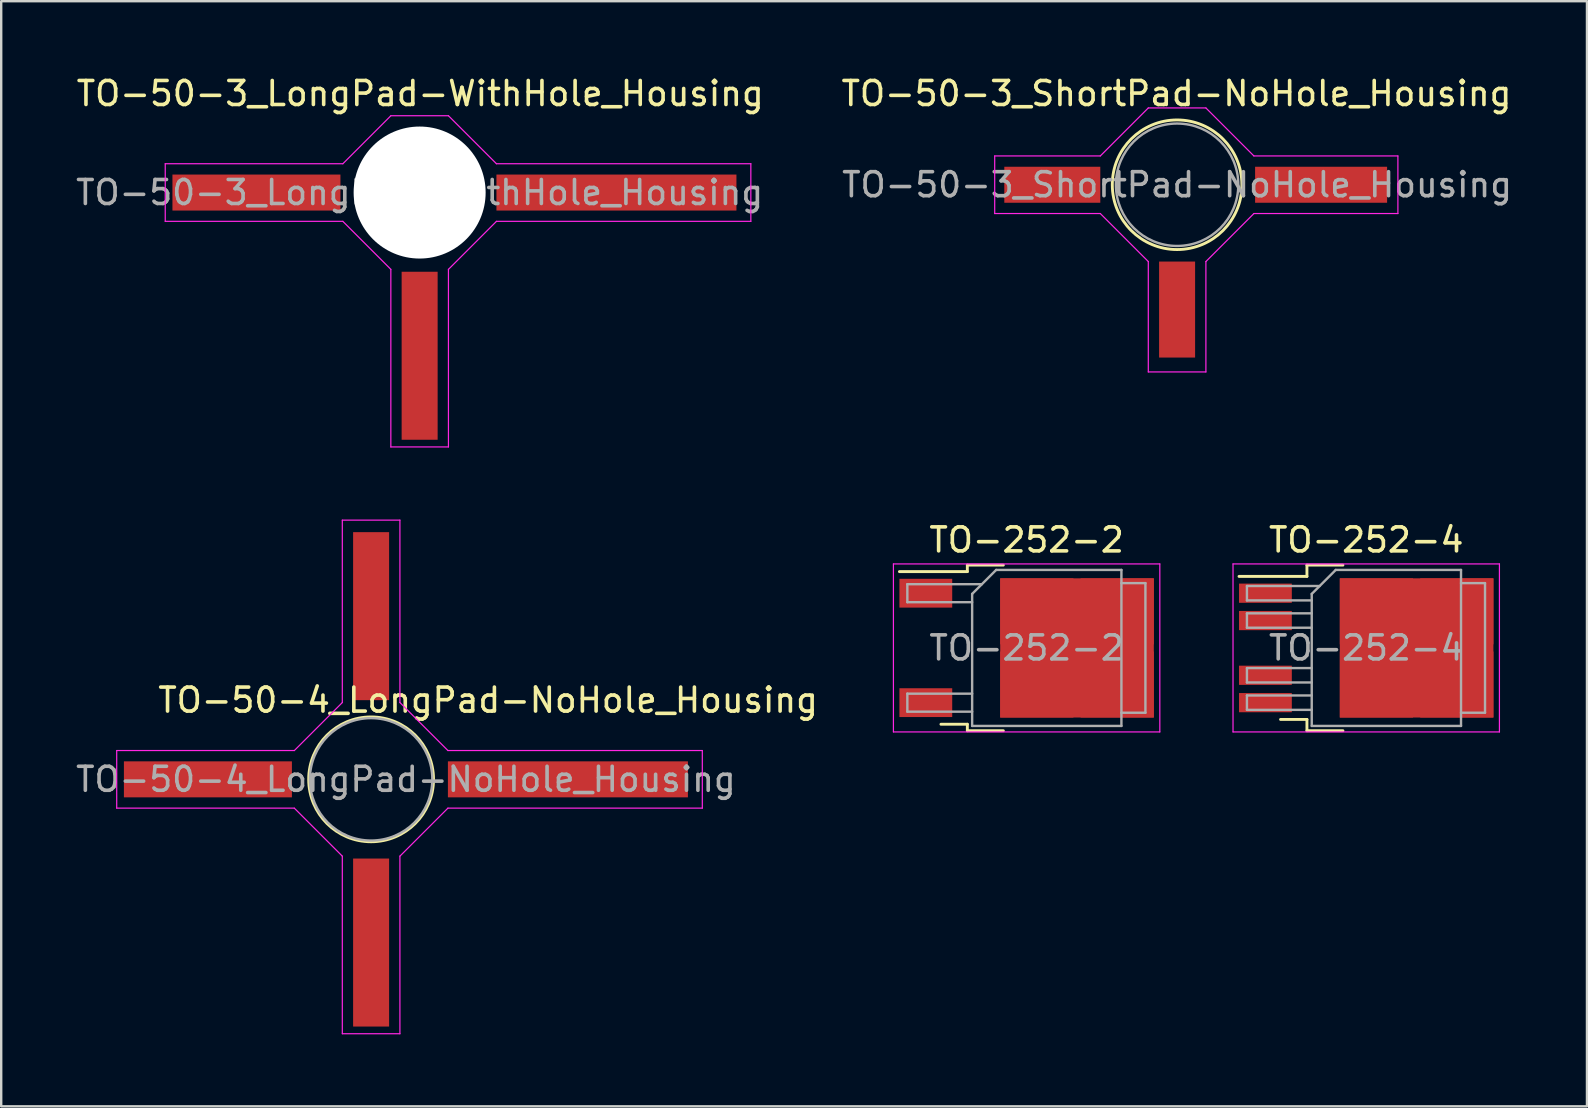
<source format=kicad_pcb>
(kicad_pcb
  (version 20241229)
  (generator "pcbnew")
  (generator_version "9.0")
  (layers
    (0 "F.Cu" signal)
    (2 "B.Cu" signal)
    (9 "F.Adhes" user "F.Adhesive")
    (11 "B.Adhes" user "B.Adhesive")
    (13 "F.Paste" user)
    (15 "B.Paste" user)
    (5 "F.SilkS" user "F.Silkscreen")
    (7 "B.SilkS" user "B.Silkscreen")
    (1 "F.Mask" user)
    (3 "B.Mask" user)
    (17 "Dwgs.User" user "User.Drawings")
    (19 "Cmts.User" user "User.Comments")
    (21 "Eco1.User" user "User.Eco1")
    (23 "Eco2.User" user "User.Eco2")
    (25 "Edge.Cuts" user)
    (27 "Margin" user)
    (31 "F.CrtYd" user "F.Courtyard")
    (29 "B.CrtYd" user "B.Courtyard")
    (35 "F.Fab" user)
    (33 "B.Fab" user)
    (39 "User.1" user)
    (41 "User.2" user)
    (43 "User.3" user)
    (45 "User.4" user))
  (footprint "TO-50-3_ShortPad-NoHole_Housing"
    (layer "F.Cu")
    (at 46.396 7.248)
    (property "Reference" "TO-50-3_ShortPad-NoHole_Housing" (at -0.425 -6.4 0) (layer "F.SilkS") (effects (font (size 1 1) (thickness 0.15))))
    (attr smd)
    (fp_circle (center -0.4 -2.6) (end -0.4 -5.3) (stroke (width 0.12) (type solid)) (fill no) (layer "F.SilkS"))
    (fp_line (start -8 -1.4) (end -8 -3.8) (stroke (width 0.05) (type solid)) (layer "F.CrtYd"))
    (fp_line (start -8 -1.4) (end -3.6 -1.4) (stroke (width 0.05) (type solid)) (layer "F.CrtYd"))
    (fp_line (start -3.6 -3.8) (end -8 -3.8) (stroke (width 0.05) (type solid)) (layer "F.CrtYd"))
    (fp_line (start -3.6 -3.8) (end -1.6 -5.8) (stroke (width 0.05) (type solid)) (layer "F.CrtYd"))
    (fp_line (start -1.6 -5.8) (end 0.8 -5.8) (stroke (width 0.05) (type solid)) (layer "F.CrtYd"))
    (fp_line (start -1.6 0.6) (end -3.6 -1.4) (stroke (width 0.05) (type solid)) (layer "F.CrtYd"))
    (fp_line (start -1.6 5.2) (end -1.6 0.6) (stroke (width 0.05) (type solid)) (layer "F.CrtYd"))
    (fp_line (start 0.8 -5.8) (end 2.8 -3.8) (stroke (width 0.05) (type solid)) (layer "F.CrtYd"))
    (fp_line (start 0.8 0.6) (end 0.8 5.2) (stroke (width 0.05) (type solid)) (layer "F.CrtYd"))
    (fp_line (start 0.8 5.2) (end -1.6 5.2) (stroke (width 0.05) (type solid)) (layer "F.CrtYd"))
    (fp_line (start 2.8 -3.8) (end 8.8 -3.8) (stroke (width 0.05) (type solid)) (layer "F.CrtYd"))
    (fp_line (start 2.8 -1.4) (end 0.8 0.6) (stroke (width 0.05) (type solid)) (layer "F.CrtYd"))
    (fp_line (start 8.8 -3.8) (end 8.8 -1.4) (stroke (width 0.05) (type solid)) (layer "F.CrtYd"))
    (fp_line (start 8.8 -1.4) (end 2.8 -1.4) (stroke (width 0.05) (type solid)) (layer "F.CrtYd"))
    (fp_circle (center -0.4 -2.6) (end -0.35 -5.15) (stroke (width 0.1) (type solid)) (fill no) (layer "F.Fab"))
    (fp_text user "${REFERENCE}" (at -0.4 -2.6 0) (layer "F.Fab") (effects (font (size 1 1) (thickness 0.15))))
    (pad "1" smd rect (at -5.6 -2.6 270) (size 1.5 4) (layers "F.Cu" "F.Mask" "F.Paste"))
    (pad "2" smd rect (at -0.4 2.6 270) (size 4 1.5) (layers "F.Cu" "F.Mask" "F.Paste"))
    (pad "3" smd rect (at 5.6 -2.6 270) (size 1.5 5.5) (layers "F.Cu" "F.Mask" "F.Paste")))
  (footprint "TO-252-2"
    (layer "F.Cu")
    (at 39.726 23.947)
    (property "Reference" "TO-252-2" (at 0 -4.5 0) (layer "F.SilkS") (effects (font (size 1 1) (thickness 0.15))))
    (attr smd)
    (fp_line (start -2.47 -3.45) (end -2.47 -3.18) (stroke (width 0.12) (type solid)) (layer "F.SilkS"))
    (fp_line (start -2.47 -3.18) (end -5.3 -3.18) (stroke (width 0.12) (type solid)) (layer "F.SilkS"))
    (fp_line (start -2.47 3.18) (end -3.57 3.18) (stroke (width 0.12) (type solid)) (layer "F.SilkS"))
    (fp_line (start -2.47 3.45) (end -2.47 3.18) (stroke (width 0.12) (type solid)) (layer "F.SilkS"))
    (fp_line (start -0.97 -3.45) (end -2.47 -3.45) (stroke (width 0.12) (type solid)) (layer "F.SilkS"))
    (fp_line (start -0.97 3.45) (end -2.47 3.45) (stroke (width 0.12) (type solid)) (layer "F.SilkS"))
    (fp_line (start -5.55 -3.5) (end -5.55 3.5) (stroke (width 0.05) (type solid)) (layer "F.CrtYd"))
    (fp_line (start -5.55 3.5) (end 5.55 3.5) (stroke (width 0.05) (type solid)) (layer "F.CrtYd"))
    (fp_line (start 5.55 -3.5) (end -5.55 -3.5) (stroke (width 0.05) (type solid)) (layer "F.CrtYd"))
    (fp_line (start 5.55 3.5) (end 5.55 -3.5) (stroke (width 0.05) (type solid)) (layer "F.CrtYd"))
    (fp_line (start -4.97 -2.655) (end -4.97 -1.905) (stroke (width 0.1) (type solid)) (layer "F.Fab"))
    (fp_line (start -4.97 -1.905) (end -2.27 -1.905) (stroke (width 0.1) (type solid)) (layer "F.Fab"))
    (fp_line (start -4.97 1.905) (end -4.97 2.655) (stroke (width 0.1) (type solid)) (layer "F.Fab"))
    (fp_line (start -4.97 2.655) (end -2.27 2.655) (stroke (width 0.1) (type solid)) (layer "F.Fab"))
    (fp_line (start -2.27 -2.25) (end -1.27 -3.25) (stroke (width 0.1) (type solid)) (layer "F.Fab"))
    (fp_line (start -2.27 1.905) (end -4.97 1.905) (stroke (width 0.1) (type solid)) (layer "F.Fab"))
    (fp_line (start -2.27 3.25) (end -2.27 -2.25) (stroke (width 0.1) (type solid)) (layer "F.Fab"))
    (fp_line (start -1.865 -2.655) (end -4.97 -2.655) (stroke (width 0.1) (type solid)) (layer "F.Fab"))
    (fp_line (start -1.27 -3.25) (end 3.95 -3.25) (stroke (width 0.1) (type solid)) (layer "F.Fab"))
    (fp_line (start 3.95 -3.25) (end 3.95 3.25) (stroke (width 0.1) (type solid)) (layer "F.Fab"))
    (fp_line (start 3.95 -2.7) (end 4.95 -2.7) (stroke (width 0.1) (type solid)) (layer "F.Fab"))
    (fp_line (start 3.95 3.25) (end -2.27 3.25) (stroke (width 0.1) (type solid)) (layer "F.Fab"))
    (fp_line (start 4.95 -2.7) (end 4.95 2.7) (stroke (width 0.1) (type solid)) (layer "F.Fab"))
    (fp_line (start 4.95 2.7) (end 3.95 2.7) (stroke (width 0.1) (type solid)) (layer "F.Fab"))
    (fp_text user "${REFERENCE}" (at 0 0 0) (layer "F.Fab") (effects (font (size 1 1) (thickness 0.15))))
    (pad "1" smd rect (at -4.2 -2.28) (size 2.2 1.2) (layers "F.Cu" "F.Mask" "F.Paste"))
    (pad "2" smd rect (at 0.425 -1.525) (size 3.05 2.75) (layers "F.Cu" "F.Paste"))
    (pad "2" smd rect (at 0.425 1.525) (size 3.05 2.75) (layers "F.Cu" "F.Paste"))
    (pad "2" smd rect (at 2.1 0) (size 6.4 5.8) (layers "F.Cu" "F.Mask"))
    (pad "2" smd rect (at 3.775 -1.525) (size 3.05 2.75) (layers "F.Cu" "F.Paste"))
    (pad "2" smd rect (at 3.775 1.525) (size 3.05 2.75) (layers "F.Cu" "F.Paste"))
    (pad "3" smd rect (at -4.2 2.28) (size 2.2 1.2) (layers "F.Cu" "F.Mask" "F.Paste")))
  (footprint "TO-50-3_LongPad-WithHole_Housing"
    (layer "F.Cu")
    (at 15.135 8.373)
    (property "Reference" "TO-50-3_LongPad-WithHole_Housing" (at -0.675 -7.525 0) (layer "F.SilkS") (effects (font (size 1 1) (thickness 0.15))))
    (attr smd)
    (fp_line (start -11.3 -4.6) (end -3.9 -4.6) (stroke (width 0.05) (type solid)) (layer "F.CrtYd"))
    (fp_line (start -11.3 -2.2) (end -11.3 -4.6) (stroke (width 0.05) (type solid)) (layer "F.CrtYd"))
    (fp_line (start -3.9 -4.6) (end -1.9 -6.6) (stroke (width 0.05) (type solid)) (layer "F.CrtYd"))
    (fp_line (start -3.9 -2.2) (end -11.3 -2.2) (stroke (width 0.05) (type solid)) (layer "F.CrtYd"))
    (fp_line (start -1.9 -6.6) (end 0.5 -6.6) (stroke (width 0.05) (type solid)) (layer "F.CrtYd"))
    (fp_line (start -1.9 -0.2) (end -3.9 -2.2) (stroke (width 0.05) (type solid)) (layer "F.CrtYd"))
    (fp_line (start -1.9 7.2) (end -1.9 -0.2) (stroke (width 0.05) (type solid)) (layer "F.CrtYd"))
    (fp_line (start 0.5 -6.6) (end 2.5 -4.6) (stroke (width 0.05) (type solid)) (layer "F.CrtYd"))
    (fp_line (start 0.5 -0.2) (end 0.5 7.2) (stroke (width 0.05) (type solid)) (layer "F.CrtYd"))
    (fp_line (start 0.5 7.2) (end -1.9 7.2) (stroke (width 0.05) (type solid)) (layer "F.CrtYd"))
    (fp_line (start 2.5 -4.6) (end 13.1 -4.6) (stroke (width 0.05) (type solid)) (layer "F.CrtYd"))
    (fp_line (start 2.5 -2.2) (end 0.5 -0.2) (stroke (width 0.05) (type solid)) (layer "F.CrtYd"))
    (fp_line (start 13.1 -4.6) (end 13.1 -2.2) (stroke (width 0.05) (type solid)) (layer "F.CrtYd"))
    (fp_line (start 13.1 -2.2) (end 2.5 -2.2) (stroke (width 0.05) (type solid)) (layer "F.CrtYd"))
    (fp_circle (center -0.7 -3.4) (end -0.65 -5.95) (stroke (width 0.1) (type solid)) (fill no) (layer "F.Fab"))
    (fp_text user "${REFERENCE}" (at -0.7 -3.4 0) (layer "F.Fab") (effects (font (size 1 1) (thickness 0.15))))
    (pad "" np_thru_hole circle (at -0.7 -3.4 270) (size 5.5 5.5) (drill 5.5) (layers "*.Cu" "*.Mask"))
    (pad "1" smd rect (at -7.5 -3.4 270) (size 1.5 7) (layers "F.Cu" "F.Mask" "F.Paste"))
    (pad "2" smd rect (at -0.7 3.4 270) (size 7 1.5) (layers "F.Cu" "F.Mask" "F.Paste"))
    (pad "3" smd rect (at 7.5 -3.4 270) (size 1.5 10) (layers "F.Cu" "F.Mask" "F.Paste")))
  (footprint "TO-252-4"
    (layer "F.Cu")
    (at 53.876 23.947)
    (property "Reference" "TO-252-4" (at 0 -4.5 0) (layer "F.SilkS") (effects (font (size 1 1) (thickness 0.15))))
    (attr smd)
    (fp_line (start -2.47 -3.45) (end -2.47 -2.98) (stroke (width 0.12) (type solid)) (layer "F.SilkS"))
    (fp_line (start -2.47 -2.98) (end -5.3 -2.98) (stroke (width 0.12) (type solid)) (layer "F.SilkS"))
    (fp_line (start -2.47 2.98) (end -3.57 2.98) (stroke (width 0.12) (type solid)) (layer "F.SilkS"))
    (fp_line (start -2.47 3.45) (end -2.47 2.98) (stroke (width 0.12) (type solid)) (layer "F.SilkS"))
    (fp_line (start -0.97 -3.45) (end -2.47 -3.45) (stroke (width 0.12) (type solid)) (layer "F.SilkS"))
    (fp_line (start -0.97 3.45) (end -2.47 3.45) (stroke (width 0.12) (type solid)) (layer "F.SilkS"))
    (fp_line (start -5.55 -3.5) (end -5.55 3.5) (stroke (width 0.05) (type solid)) (layer "F.CrtYd"))
    (fp_line (start -5.55 3.5) (end 5.55 3.5) (stroke (width 0.05) (type solid)) (layer "F.CrtYd"))
    (fp_line (start 5.55 -3.5) (end -5.55 -3.5) (stroke (width 0.05) (type solid)) (layer "F.CrtYd"))
    (fp_line (start 5.55 3.5) (end 5.55 -3.5) (stroke (width 0.05) (type solid)) (layer "F.CrtYd"))
    (fp_line (start -4.97 -2.58) (end -4.97 -1.98) (stroke (width 0.1) (type solid)) (layer "F.Fab"))
    (fp_line (start -4.97 -1.98) (end -2.27 -1.98) (stroke (width 0.1) (type solid)) (layer "F.Fab"))
    (fp_line (start -4.97 -1.44) (end -4.97 -0.84) (stroke (width 0.1) (type solid)) (layer "F.Fab"))
    (fp_line (start -4.97 -0.84) (end -2.27 -0.84) (stroke (width 0.1) (type solid)) (layer "F.Fab"))
    (fp_line (start -4.97 0.84) (end -4.97 1.44) (stroke (width 0.1) (type solid)) (layer "F.Fab"))
    (fp_line (start -4.97 1.44) (end -2.27 1.44) (stroke (width 0.1) (type solid)) (layer "F.Fab"))
    (fp_line (start -4.97 1.98) (end -4.97 2.58) (stroke (width 0.1) (type solid)) (layer "F.Fab"))
    (fp_line (start -4.97 2.58) (end -2.27 2.58) (stroke (width 0.1) (type solid)) (layer "F.Fab"))
    (fp_line (start -2.27 -2.25) (end -1.27 -3.25) (stroke (width 0.1) (type solid)) (layer "F.Fab"))
    (fp_line (start -2.27 -1.44) (end -4.97 -1.44) (stroke (width 0.1) (type solid)) (layer "F.Fab"))
    (fp_line (start -2.27 0.84) (end -4.97 0.84) (stroke (width 0.1) (type solid)) (layer "F.Fab"))
    (fp_line (start -2.27 1.98) (end -4.97 1.98) (stroke (width 0.1) (type solid)) (layer "F.Fab"))
    (fp_line (start -2.27 3.25) (end -2.27 -2.25) (stroke (width 0.1) (type solid)) (layer "F.Fab"))
    (fp_line (start -1.94 -2.58) (end -4.97 -2.58) (stroke (width 0.1) (type solid)) (layer "F.Fab"))
    (fp_line (start -1.27 -3.25) (end 3.95 -3.25) (stroke (width 0.1) (type solid)) (layer "F.Fab"))
    (fp_line (start 3.95 -3.25) (end 3.95 3.25) (stroke (width 0.1) (type solid)) (layer "F.Fab"))
    (fp_line (start 3.95 -2.7) (end 4.95 -2.7) (stroke (width 0.1) (type solid)) (layer "F.Fab"))
    (fp_line (start 3.95 3.25) (end -2.27 3.25) (stroke (width 0.1) (type solid)) (layer "F.Fab"))
    (fp_line (start 4.95 -2.7) (end 4.95 2.7) (stroke (width 0.1) (type solid)) (layer "F.Fab"))
    (fp_line (start 4.95 2.7) (end 3.95 2.7) (stroke (width 0.1) (type solid)) (layer "F.Fab"))
    (fp_text user "${REFERENCE}" (at 0 0 0) (layer "F.Fab") (effects (font (size 1 1) (thickness 0.15))))
    (pad "1" smd rect (at -4.2 -2.28) (size 2.2 0.8) (layers "F.Cu" "F.Mask" "F.Paste"))
    (pad "2" smd rect (at -4.2 -1.14) (size 2.2 0.8) (layers "F.Cu" "F.Mask" "F.Paste"))
    (pad "3" smd rect (at 0.425 -1.525) (size 3.05 2.75) (layers "F.Cu" "F.Paste"))
    (pad "3" smd rect (at 0.425 1.525) (size 3.05 2.75) (layers "F.Cu" "F.Paste"))
    (pad "3" smd rect (at 2.1 0) (size 6.4 5.8) (layers "F.Cu" "F.Mask"))
    (pad "3" smd rect (at 3.775 -1.525) (size 3.05 2.75) (layers "F.Cu" "F.Paste"))
    (pad "3" smd rect (at 3.775 1.525) (size 3.05 2.75) (layers "F.Cu" "F.Paste"))
    (pad "4" smd rect (at -4.2 1.14) (size 2.2 0.8) (layers "F.Cu" "F.Mask" "F.Paste"))
    (pad "5" smd rect (at -4.2 2.28) (size 2.2 0.8) (layers "F.Cu" "F.Mask" "F.Paste")))
  (footprint "TO-50-4_LongPad-NoHole_Housing"
    (layer "F.Cu")
    (at 13.113 29.423)
    (property "Reference" "TO-50-4_LongPad-NoHole_Housing" (at 4.175 -3.3 0) (layer "F.SilkS") (effects (font (size 1 1) (thickness 0.15))))
    (attr smd)
    (fp_circle (center -0.7 0) (end -0.7 -2.6) (stroke (width 0.12) (type solid)) (fill no) (layer "F.SilkS"))
    (fp_line (start -11.3 -1.2) (end -3.9 -1.2) (stroke (width 0.05) (type solid)) (layer "F.CrtYd"))
    (fp_line (start -11.3 1.2) (end -11.3 -1.2) (stroke (width 0.05) (type solid)) (layer "F.CrtYd"))
    (fp_line (start -3.9 -1.2) (end -1.9 -3.2) (stroke (width 0.05) (type solid)) (layer "F.CrtYd"))
    (fp_line (start -3.9 1.2) (end -11.3 1.2) (stroke (width 0.05) (type solid)) (layer "F.CrtYd"))
    (fp_line (start -1.9 -10.8) (end 0.5 -10.8) (stroke (width 0.05) (type solid)) (layer "F.CrtYd"))
    (fp_line (start -1.9 -3.2) (end -1.9 -10.8) (stroke (width 0.05) (type solid)) (layer "F.CrtYd"))
    (fp_line (start -1.9 3.2) (end -3.9 1.2) (stroke (width 0.05) (type solid)) (layer "F.CrtYd"))
    (fp_line (start -1.9 10.6) (end -1.9 3.2) (stroke (width 0.05) (type solid)) (layer "F.CrtYd"))
    (fp_line (start 0.5 -10.8) (end 0.5 -3.2) (stroke (width 0.05) (type solid)) (layer "F.CrtYd"))
    (fp_line (start 0.5 -3.2) (end 2.5 -1.2) (stroke (width 0.05) (type solid)) (layer "F.CrtYd"))
    (fp_line (start 0.5 3.2) (end 0.5 10.6) (stroke (width 0.05) (type solid)) (layer "F.CrtYd"))
    (fp_line (start 0.5 10.6) (end -1.9 10.6) (stroke (width 0.05) (type solid)) (layer "F.CrtYd"))
    (fp_line (start 2.5 -1.2) (end 13.1 -1.2) (stroke (width 0.05) (type solid)) (layer "F.CrtYd"))
    (fp_line (start 2.5 1.2) (end 0.5 3.2) (stroke (width 0.05) (type solid)) (layer "F.CrtYd"))
    (fp_line (start 13.1 -1.2) (end 13.1 1.2) (stroke (width 0.05) (type solid)) (layer "F.CrtYd"))
    (fp_line (start 13.1 1.2) (end 2.5 1.2) (stroke (width 0.05) (type solid)) (layer "F.CrtYd"))
    (fp_circle (center -0.7 0) (end -0.65 -2.55) (stroke (width 0.1) (type solid)) (fill no) (layer "F.Fab"))
    (fp_text user "${REFERENCE}" (at 0.75 0 0) (layer "F.Fab") (effects (font (size 1 1) (thickness 0.15))))
    (pad "1" smd rect (at -7.5 0 270) (size 1.5 7) (layers "F.Cu" "F.Mask" "F.Paste"))
    (pad "2" smd rect (at -0.7 6.8 270) (size 7 1.5) (layers "F.Cu" "F.Mask" "F.Paste"))
    (pad "3" smd rect (at 7.5 0 270) (size 1.5 10) (layers "F.Cu" "F.Mask" "F.Paste"))
    (pad "4" smd rect (at -0.7 -6.8 270) (size 7 1.5) (layers "F.Cu" "F.Mask" "F.Paste")))
  (gr_rect
    (start -3 -3)
    (end 63.074 43.048)
    (stroke (width 0.1) (type default))
    (fill no)
    (layer "Edge.Cuts")))
</source>
